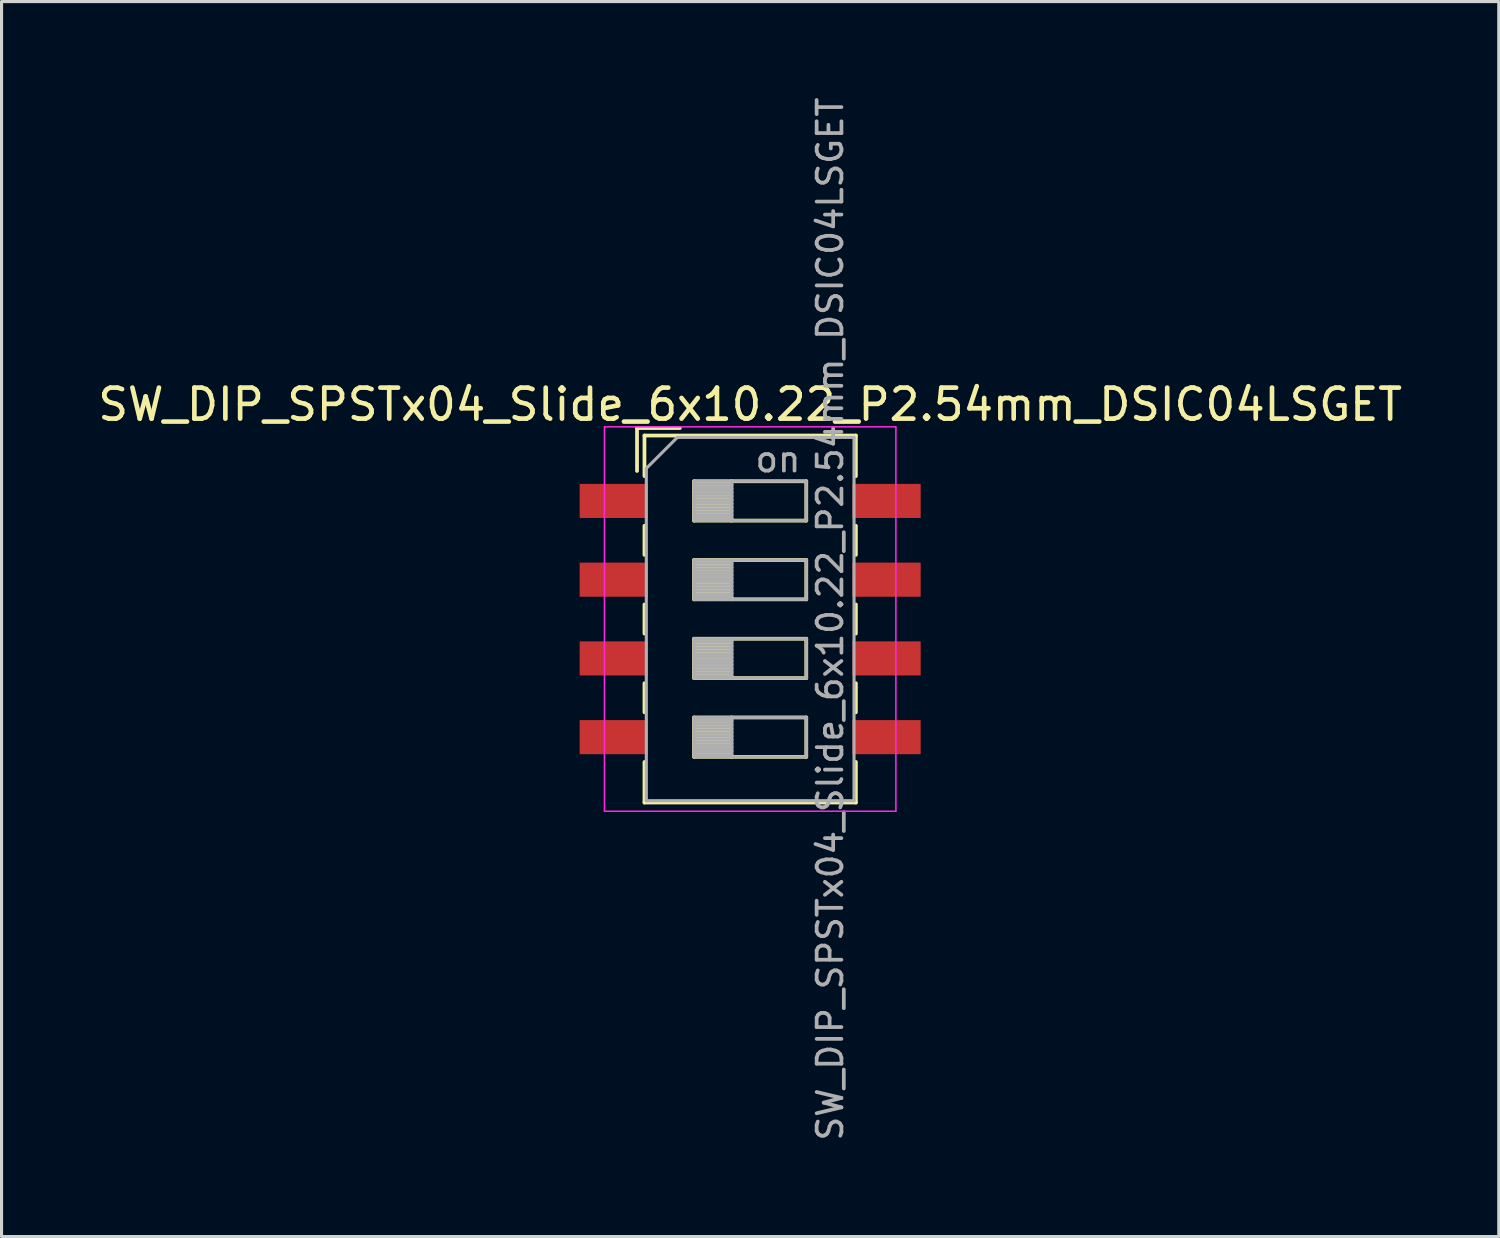
<source format=kicad_pcb>
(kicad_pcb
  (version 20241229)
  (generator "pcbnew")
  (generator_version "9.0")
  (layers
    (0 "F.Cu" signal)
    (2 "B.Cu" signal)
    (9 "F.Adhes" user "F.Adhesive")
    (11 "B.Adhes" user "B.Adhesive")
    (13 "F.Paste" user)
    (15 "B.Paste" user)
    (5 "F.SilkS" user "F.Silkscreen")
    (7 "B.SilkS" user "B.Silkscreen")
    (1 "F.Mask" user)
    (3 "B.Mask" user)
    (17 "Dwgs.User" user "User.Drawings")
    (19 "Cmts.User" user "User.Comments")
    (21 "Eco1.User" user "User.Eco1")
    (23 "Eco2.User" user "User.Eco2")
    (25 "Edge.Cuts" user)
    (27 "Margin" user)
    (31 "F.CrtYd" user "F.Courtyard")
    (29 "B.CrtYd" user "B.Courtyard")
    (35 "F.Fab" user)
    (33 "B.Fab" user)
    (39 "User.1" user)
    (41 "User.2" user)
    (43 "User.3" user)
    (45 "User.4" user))
  (footprint "SW_DIP_SPSTx04_Slide_6x10.22_P2.54mm_DSIC04LSGET"
    (layer "F.Cu")
    (at 21.149 16.919)
    (property "Reference" "SW_DIP_SPSTx04_Slide_6x10.22_P2.54mm_DSIC04LSGET" (at 0 -6.92 0) (layer "F.SilkS") (effects (font (size 1 1) (thickness 0.15))))
    (attr smd)
    (fp_line (start -3.65 -6.16) (end -3.65 -4.777) (stroke (width 0.12) (type solid)) (layer "F.SilkS"))
    (fp_line (start -3.65 -6.16) (end -2.267 -6.16) (stroke (width 0.12) (type solid)) (layer "F.SilkS"))
    (fp_line (start -3.41 -5.92) (end -3.41 -4.61) (stroke (width 0.12) (type solid)) (layer "F.SilkS"))
    (fp_line (start -3.41 -5.92) (end 3.41 -5.92) (stroke (width 0.12) (type solid)) (layer "F.SilkS"))
    (fp_line (start -3.41 -3.01) (end -3.41 -2.07) (stroke (width 0.12) (type solid)) (layer "F.SilkS"))
    (fp_line (start -3.41 -0.47) (end -3.41 0.47) (stroke (width 0.12) (type solid)) (layer "F.SilkS"))
    (fp_line (start -3.41 2.07) (end -3.41 3.01) (stroke (width 0.12) (type solid)) (layer "F.SilkS"))
    (fp_line (start -3.41 4.61) (end -3.41 5.92) (stroke (width 0.12) (type solid)) (layer "F.SilkS"))
    (fp_line (start -3.41 5.92) (end 3.41 5.92) (stroke (width 0.12) (type solid)) (layer "F.SilkS"))
    (fp_line (start -1.81 -4.445) (end -1.81 -3.175) (stroke (width 0.12) (type solid)) (layer "F.SilkS"))
    (fp_line (start -1.81 -4.325) (end -0.603 -4.325) (stroke (width 0.12) (type solid)) (layer "F.SilkS"))
    (fp_line (start -1.81 -4.205) (end -0.603 -4.205) (stroke (width 0.12) (type solid)) (layer "F.SilkS"))
    (fp_line (start -1.81 -4.085) (end -0.603 -4.085) (stroke (width 0.12) (type solid)) (layer "F.SilkS"))
    (fp_line (start -1.81 -3.965) (end -0.603 -3.965) (stroke (width 0.12) (type solid)) (layer "F.SilkS"))
    (fp_line (start -1.81 -3.845) (end -0.603 -3.845) (stroke (width 0.12) (type solid)) (layer "F.SilkS"))
    (fp_line (start -1.81 -3.725) (end -0.603 -3.725) (stroke (width 0.12) (type solid)) (layer "F.SilkS"))
    (fp_line (start -1.81 -3.605) (end -0.603 -3.605) (stroke (width 0.12) (type solid)) (layer "F.SilkS"))
    (fp_line (start -1.81 -3.485) (end -0.603 -3.485) (stroke (width 0.12) (type solid)) (layer "F.SilkS"))
    (fp_line (start -1.81 -3.365) (end -0.603 -3.365) (stroke (width 0.12) (type solid)) (layer "F.SilkS"))
    (fp_line (start -1.81 -3.245) (end -0.603 -3.245) (stroke (width 0.12) (type solid)) (layer "F.SilkS"))
    (fp_line (start -1.81 -3.175) (end 1.81 -3.175) (stroke (width 0.12) (type solid)) (layer "F.SilkS"))
    (fp_line (start -1.81 -1.905) (end -1.81 -0.635) (stroke (width 0.12) (type solid)) (layer "F.SilkS"))
    (fp_line (start -1.81 -1.785) (end -0.603 -1.785) (stroke (width 0.12) (type solid)) (layer "F.SilkS"))
    (fp_line (start -1.81 -1.665) (end -0.603 -1.665) (stroke (width 0.12) (type solid)) (layer "F.SilkS"))
    (fp_line (start -1.81 -1.545) (end -0.603 -1.545) (stroke (width 0.12) (type solid)) (layer "F.SilkS"))
    (fp_line (start -1.81 -1.425) (end -0.603 -1.425) (stroke (width 0.12) (type solid)) (layer "F.SilkS"))
    (fp_line (start -1.81 -1.305) (end -0.603 -1.305) (stroke (width 0.12) (type solid)) (layer "F.SilkS"))
    (fp_line (start -1.81 -1.185) (end -0.603 -1.185) (stroke (width 0.12) (type solid)) (layer "F.SilkS"))
    (fp_line (start -1.81 -1.065) (end -0.603 -1.065) (stroke (width 0.12) (type solid)) (layer "F.SilkS"))
    (fp_line (start -1.81 -0.945) (end -0.603 -0.945) (stroke (width 0.12) (type solid)) (layer "F.SilkS"))
    (fp_line (start -1.81 -0.825) (end -0.603 -0.825) (stroke (width 0.12) (type solid)) (layer "F.SilkS"))
    (fp_line (start -1.81 -0.705) (end -0.603 -0.705) (stroke (width 0.12) (type solid)) (layer "F.SilkS"))
    (fp_line (start -1.81 -0.635) (end 1.81 -0.635) (stroke (width 0.12) (type solid)) (layer "F.SilkS"))
    (fp_line (start -1.81 0.635) (end -1.81 1.905) (stroke (width 0.12) (type solid)) (layer "F.SilkS"))
    (fp_line (start -1.81 0.755) (end -0.603 0.755) (stroke (width 0.12) (type solid)) (layer "F.SilkS"))
    (fp_line (start -1.81 0.875) (end -0.603 0.875) (stroke (width 0.12) (type solid)) (layer "F.SilkS"))
    (fp_line (start -1.81 0.995) (end -0.603 0.995) (stroke (width 0.12) (type solid)) (layer "F.SilkS"))
    (fp_line (start -1.81 1.115) (end -0.603 1.115) (stroke (width 0.12) (type solid)) (layer "F.SilkS"))
    (fp_line (start -1.81 1.235) (end -0.603 1.235) (stroke (width 0.12) (type solid)) (layer "F.SilkS"))
    (fp_line (start -1.81 1.355) (end -0.603 1.355) (stroke (width 0.12) (type solid)) (layer "F.SilkS"))
    (fp_line (start -1.81 1.475) (end -0.603 1.475) (stroke (width 0.12) (type solid)) (layer "F.SilkS"))
    (fp_line (start -1.81 1.595) (end -0.603 1.595) (stroke (width 0.12) (type solid)) (layer "F.SilkS"))
    (fp_line (start -1.81 1.715) (end -0.603 1.715) (stroke (width 0.12) (type solid)) (layer "F.SilkS"))
    (fp_line (start -1.81 1.835) (end -0.603 1.835) (stroke (width 0.12) (type solid)) (layer "F.SilkS"))
    (fp_line (start -1.81 1.905) (end 1.81 1.905) (stroke (width 0.12) (type solid)) (layer "F.SilkS"))
    (fp_line (start -1.81 3.175) (end -1.81 4.445) (stroke (width 0.12) (type solid)) (layer "F.SilkS"))
    (fp_line (start -1.81 3.295) (end -0.603 3.295) (stroke (width 0.12) (type solid)) (layer "F.SilkS"))
    (fp_line (start -1.81 3.415) (end -0.603 3.415) (stroke (width 0.12) (type solid)) (layer "F.SilkS"))
    (fp_line (start -1.81 3.535) (end -0.603 3.535) (stroke (width 0.12) (type solid)) (layer "F.SilkS"))
    (fp_line (start -1.81 3.655) (end -0.603 3.655) (stroke (width 0.12) (type solid)) (layer "F.SilkS"))
    (fp_line (start -1.81 3.775) (end -0.603 3.775) (stroke (width 0.12) (type solid)) (layer "F.SilkS"))
    (fp_line (start -1.81 3.895) (end -0.603 3.895) (stroke (width 0.12) (type solid)) (layer "F.SilkS"))
    (fp_line (start -1.81 4.015) (end -0.603 4.015) (stroke (width 0.12) (type solid)) (layer "F.SilkS"))
    (fp_line (start -1.81 4.135) (end -0.603 4.135) (stroke (width 0.12) (type solid)) (layer "F.SilkS"))
    (fp_line (start -1.81 4.255) (end -0.603 4.255) (stroke (width 0.12) (type solid)) (layer "F.SilkS"))
    (fp_line (start -1.81 4.375) (end -0.603 4.375) (stroke (width 0.12) (type solid)) (layer "F.SilkS"))
    (fp_line (start -1.81 4.445) (end 1.81 4.445) (stroke (width 0.12) (type solid)) (layer "F.SilkS"))
    (fp_line (start -0.603 -4.445) (end -0.603 -3.175) (stroke (width 0.12) (type solid)) (layer "F.SilkS"))
    (fp_line (start -0.603 -1.905) (end -0.603 -0.635) (stroke (width 0.12) (type solid)) (layer "F.SilkS"))
    (fp_line (start -0.603 0.635) (end -0.603 1.905) (stroke (width 0.12) (type solid)) (layer "F.SilkS"))
    (fp_line (start -0.603 3.175) (end -0.603 4.445) (stroke (width 0.12) (type solid)) (layer "F.SilkS"))
    (fp_line (start 1.81 -4.445) (end -1.81 -4.445) (stroke (width 0.12) (type solid)) (layer "F.SilkS"))
    (fp_line (start 1.81 -3.175) (end 1.81 -4.445) (stroke (width 0.12) (type solid)) (layer "F.SilkS"))
    (fp_line (start 1.81 -1.905) (end -1.81 -1.905) (stroke (width 0.12) (type solid)) (layer "F.SilkS"))
    (fp_line (start 1.81 -0.635) (end 1.81 -1.905) (stroke (width 0.12) (type solid)) (layer "F.SilkS"))
    (fp_line (start 1.81 0.635) (end -1.81 0.635) (stroke (width 0.12) (type solid)) (layer "F.SilkS"))
    (fp_line (start 1.81 1.905) (end 1.81 0.635) (stroke (width 0.12) (type solid)) (layer "F.SilkS"))
    (fp_line (start 1.81 3.175) (end -1.81 3.175) (stroke (width 0.12) (type solid)) (layer "F.SilkS"))
    (fp_line (start 1.81 4.445) (end 1.81 3.175) (stroke (width 0.12) (type solid)) (layer "F.SilkS"))
    (fp_line (start 3.41 -5.92) (end 3.41 -4.61) (stroke (width 0.12) (type solid)) (layer "F.SilkS"))
    (fp_line (start 3.41 -3.01) (end 3.41 -2.07) (stroke (width 0.12) (type solid)) (layer "F.SilkS"))
    (fp_line (start 3.41 -0.47) (end 3.41 0.47) (stroke (width 0.12) (type solid)) (layer "F.SilkS"))
    (fp_line (start 3.41 2.07) (end 3.41 3.01) (stroke (width 0.12) (type solid)) (layer "F.SilkS"))
    (fp_line (start 3.41 4.61) (end 3.41 5.92) (stroke (width 0.12) (type solid)) (layer "F.SilkS"))
    (fp_line (start -4.7 -6.2) (end -4.7 6.2) (stroke (width 0.05) (type solid)) (layer "F.CrtYd"))
    (fp_line (start -4.7 6.2) (end 4.7 6.2) (stroke (width 0.05) (type solid)) (layer "F.CrtYd"))
    (fp_line (start 4.7 -6.2) (end -4.7 -6.2) (stroke (width 0.05) (type solid)) (layer "F.CrtYd"))
    (fp_line (start 4.7 6.2) (end 4.7 -6.2) (stroke (width 0.05) (type solid)) (layer "F.CrtYd"))
    (fp_line (start -3.35 -4.86) (end -2.35 -5.86) (stroke (width 0.1) (type solid)) (layer "F.Fab"))
    (fp_line (start -3.35 5.86) (end -3.35 -4.86) (stroke (width 0.1) (type solid)) (layer "F.Fab"))
    (fp_line (start -2.35 -5.86) (end 3.35 -5.86) (stroke (width 0.1) (type solid)) (layer "F.Fab"))
    (fp_line (start -1.81 -4.445) (end -1.81 -3.175) (stroke (width 0.1) (type solid)) (layer "F.Fab"))
    (fp_line (start -1.81 -4.345) (end -0.603 -4.345) (stroke (width 0.1) (type solid)) (layer "F.Fab"))
    (fp_line (start -1.81 -4.245) (end -0.603 -4.245) (stroke (width 0.1) (type solid)) (layer "F.Fab"))
    (fp_line (start -1.81 -4.145) (end -0.603 -4.145) (stroke (width 0.1) (type solid)) (layer "F.Fab"))
    (fp_line (start -1.81 -4.045) (end -0.603 -4.045) (stroke (width 0.1) (type solid)) (layer "F.Fab"))
    (fp_line (start -1.81 -3.945) (end -0.603 -3.945) (stroke (width 0.1) (type solid)) (layer "F.Fab"))
    (fp_line (start -1.81 -3.845) (end -0.603 -3.845) (stroke (width 0.1) (type solid)) (layer "F.Fab"))
    (fp_line (start -1.81 -3.745) (end -0.603 -3.745) (stroke (width 0.1) (type solid)) (layer "F.Fab"))
    (fp_line (start -1.81 -3.645) (end -0.603 -3.645) (stroke (width 0.1) (type solid)) (layer "F.Fab"))
    (fp_line (start -1.81 -3.545) (end -0.603 -3.545) (stroke (width 0.1) (type solid)) (layer "F.Fab"))
    (fp_line (start -1.81 -3.445) (end -0.603 -3.445) (stroke (width 0.1) (type solid)) (layer "F.Fab"))
    (fp_line (start -1.81 -3.345) (end -0.603 -3.345) (stroke (width 0.1) (type solid)) (layer "F.Fab"))
    (fp_line (start -1.81 -3.245) (end -0.603 -3.245) (stroke (width 0.1) (type solid)) (layer "F.Fab"))
    (fp_line (start -1.81 -3.175) (end 1.81 -3.175) (stroke (width 0.1) (type solid)) (layer "F.Fab"))
    (fp_line (start -1.81 -1.905) (end -1.81 -0.635) (stroke (width 0.1) (type solid)) (layer "F.Fab"))
    (fp_line (start -1.81 -1.805) (end -0.603 -1.805) (stroke (width 0.1) (type solid)) (layer "F.Fab"))
    (fp_line (start -1.81 -1.705) (end -0.603 -1.705) (stroke (width 0.1) (type solid)) (layer "F.Fab"))
    (fp_line (start -1.81 -1.605) (end -0.603 -1.605) (stroke (width 0.1) (type solid)) (layer "F.Fab"))
    (fp_line (start -1.81 -1.505) (end -0.603 -1.505) (stroke (width 0.1) (type solid)) (layer "F.Fab"))
    (fp_line (start -1.81 -1.405) (end -0.603 -1.405) (stroke (width 0.1) (type solid)) (layer "F.Fab"))
    (fp_line (start -1.81 -1.305) (end -0.603 -1.305) (stroke (width 0.1) (type solid)) (layer "F.Fab"))
    (fp_line (start -1.81 -1.205) (end -0.603 -1.205) (stroke (width 0.1) (type solid)) (layer "F.Fab"))
    (fp_line (start -1.81 -1.105) (end -0.603 -1.105) (stroke (width 0.1) (type solid)) (layer "F.Fab"))
    (fp_line (start -1.81 -1.005) (end -0.603 -1.005) (stroke (width 0.1) (type solid)) (layer "F.Fab"))
    (fp_line (start -1.81 -0.905) (end -0.603 -0.905) (stroke (width 0.1) (type solid)) (layer "F.Fab"))
    (fp_line (start -1.81 -0.805) (end -0.603 -0.805) (stroke (width 0.1) (type solid)) (layer "F.Fab"))
    (fp_line (start -1.81 -0.705) (end -0.603 -0.705) (stroke (width 0.1) (type solid)) (layer "F.Fab"))
    (fp_line (start -1.81 -0.635) (end 1.81 -0.635) (stroke (width 0.1) (type solid)) (layer "F.Fab"))
    (fp_line (start -1.81 0.635) (end -1.81 1.905) (stroke (width 0.1) (type solid)) (layer "F.Fab"))
    (fp_line (start -1.81 0.735) (end -0.603 0.735) (stroke (width 0.1) (type solid)) (layer "F.Fab"))
    (fp_line (start -1.81 0.835) (end -0.603 0.835) (stroke (width 0.1) (type solid)) (layer "F.Fab"))
    (fp_line (start -1.81 0.935) (end -0.603 0.935) (stroke (width 0.1) (type solid)) (layer "F.Fab"))
    (fp_line (start -1.81 1.035) (end -0.603 1.035) (stroke (width 0.1) (type solid)) (layer "F.Fab"))
    (fp_line (start -1.81 1.135) (end -0.603 1.135) (stroke (width 0.1) (type solid)) (layer "F.Fab"))
    (fp_line (start -1.81 1.235) (end -0.603 1.235) (stroke (width 0.1) (type solid)) (layer "F.Fab"))
    (fp_line (start -1.81 1.335) (end -0.603 1.335) (stroke (width 0.1) (type solid)) (layer "F.Fab"))
    (fp_line (start -1.81 1.435) (end -0.603 1.435) (stroke (width 0.1) (type solid)) (layer "F.Fab"))
    (fp_line (start -1.81 1.535) (end -0.603 1.535) (stroke (width 0.1) (type solid)) (layer "F.Fab"))
    (fp_line (start -1.81 1.635) (end -0.603 1.635) (stroke (width 0.1) (type solid)) (layer "F.Fab"))
    (fp_line (start -1.81 1.735) (end -0.603 1.735) (stroke (width 0.1) (type solid)) (layer "F.Fab"))
    (fp_line (start -1.81 1.835) (end -0.603 1.835) (stroke (width 0.1) (type solid)) (layer "F.Fab"))
    (fp_line (start -1.81 1.905) (end 1.81 1.905) (stroke (width 0.1) (type solid)) (layer "F.Fab"))
    (fp_line (start -1.81 3.175) (end -1.81 4.445) (stroke (width 0.1) (type solid)) (layer "F.Fab"))
    (fp_line (start -1.81 3.275) (end -0.603 3.275) (stroke (width 0.1) (type solid)) (layer "F.Fab"))
    (fp_line (start -1.81 3.375) (end -0.603 3.375) (stroke (width 0.1) (type solid)) (layer "F.Fab"))
    (fp_line (start -1.81 3.475) (end -0.603 3.475) (stroke (width 0.1) (type solid)) (layer "F.Fab"))
    (fp_line (start -1.81 3.575) (end -0.603 3.575) (stroke (width 0.1) (type solid)) (layer "F.Fab"))
    (fp_line (start -1.81 3.675) (end -0.603 3.675) (stroke (width 0.1) (type solid)) (layer "F.Fab"))
    (fp_line (start -1.81 3.775) (end -0.603 3.775) (stroke (width 0.1) (type solid)) (layer "F.Fab"))
    (fp_line (start -1.81 3.875) (end -0.603 3.875) (stroke (width 0.1) (type solid)) (layer "F.Fab"))
    (fp_line (start -1.81 3.975) (end -0.603 3.975) (stroke (width 0.1) (type solid)) (layer "F.Fab"))
    (fp_line (start -1.81 4.075) (end -0.603 4.075) (stroke (width 0.1) (type solid)) (layer "F.Fab"))
    (fp_line (start -1.81 4.175) (end -0.603 4.175) (stroke (width 0.1) (type solid)) (layer "F.Fab"))
    (fp_line (start -1.81 4.275) (end -0.603 4.275) (stroke (width 0.1) (type solid)) (layer "F.Fab"))
    (fp_line (start -1.81 4.375) (end -0.603 4.375) (stroke (width 0.1) (type solid)) (layer "F.Fab"))
    (fp_line (start -1.81 4.445) (end 1.81 4.445) (stroke (width 0.1) (type solid)) (layer "F.Fab"))
    (fp_line (start -0.603 -4.445) (end -0.603 -3.175) (stroke (width 0.1) (type solid)) (layer "F.Fab"))
    (fp_line (start -0.603 -1.905) (end -0.603 -0.635) (stroke (width 0.1) (type solid)) (layer "F.Fab"))
    (fp_line (start -0.603 0.635) (end -0.603 1.905) (stroke (width 0.1) (type solid)) (layer "F.Fab"))
    (fp_line (start -0.603 3.175) (end -0.603 4.445) (stroke (width 0.1) (type solid)) (layer "F.Fab"))
    (fp_line (start 1.81 -4.445) (end -1.81 -4.445) (stroke (width 0.1) (type solid)) (layer "F.Fab"))
    (fp_line (start 1.81 -3.175) (end 1.81 -4.445) (stroke (width 0.1) (type solid)) (layer "F.Fab"))
    (fp_line (start 1.81 -1.905) (end -1.81 -1.905) (stroke (width 0.1) (type solid)) (layer "F.Fab"))
    (fp_line (start 1.81 -0.635) (end 1.81 -1.905) (stroke (width 0.1) (type solid)) (layer "F.Fab"))
    (fp_line (start 1.81 0.635) (end -1.81 0.635) (stroke (width 0.1) (type solid)) (layer "F.Fab"))
    (fp_line (start 1.81 1.905) (end 1.81 0.635) (stroke (width 0.1) (type solid)) (layer "F.Fab"))
    (fp_line (start 1.81 3.175) (end -1.81 3.175) (stroke (width 0.1) (type solid)) (layer "F.Fab"))
    (fp_line (start 1.81 4.445) (end 1.81 3.175) (stroke (width 0.1) (type solid)) (layer "F.Fab"))
    (fp_line (start 3.35 -5.86) (end 3.35 5.86) (stroke (width 0.1) (type solid)) (layer "F.Fab"))
    (fp_line (start 3.35 5.86) (end -3.35 5.86) (stroke (width 0.1) (type solid)) (layer "F.Fab"))
    (fp_text user "on" (at 0.897 -5.152 0) (layer "F.Fab") (effects (font (size 0.8 0.8) (thickness 0.12))))
    (fp_text user "${REFERENCE}" (at 2.58 0 90) (layer "F.Fab") (effects (font (size 0.8 0.8) (thickness 0.12))))
    (pad "1" smd rect (at -4.4 -3.81) (size 2.2 1.1) (layers "F.Cu" "F.Mask" "F.Paste"))
    (pad "2" smd rect (at -4.4 -1.27) (size 2.2 1.1) (layers "F.Cu" "F.Mask" "F.Paste"))
    (pad "3" smd rect (at -4.4 1.27) (size 2.2 1.1) (layers "F.Cu" "F.Mask" "F.Paste"))
    (pad "4" smd rect (at -4.4 3.81) (size 2.2 1.1) (layers "F.Cu" "F.Mask" "F.Paste"))
    (pad "5" smd rect (at 4.4 3.81) (size 2.2 1.1) (layers "F.Cu" "F.Mask" "F.Paste"))
    (pad "6" smd rect (at 4.4 1.27) (size 2.2 1.1) (layers "F.Cu" "F.Mask" "F.Paste"))
    (pad "7" smd rect (at 4.4 -1.27) (size 2.2 1.1) (layers "F.Cu" "F.Mask" "F.Paste"))
    (pad "8" smd rect (at 4.4 -3.81) (size 2.2 1.1) (layers "F.Cu" "F.Mask" "F.Paste")))
  (gr_rect
    (start -3 -3)
    (end 45.298 36.838)
    (stroke (width 0.1) (type default))
    (fill no)
    (layer "Edge.Cuts")))
</source>
